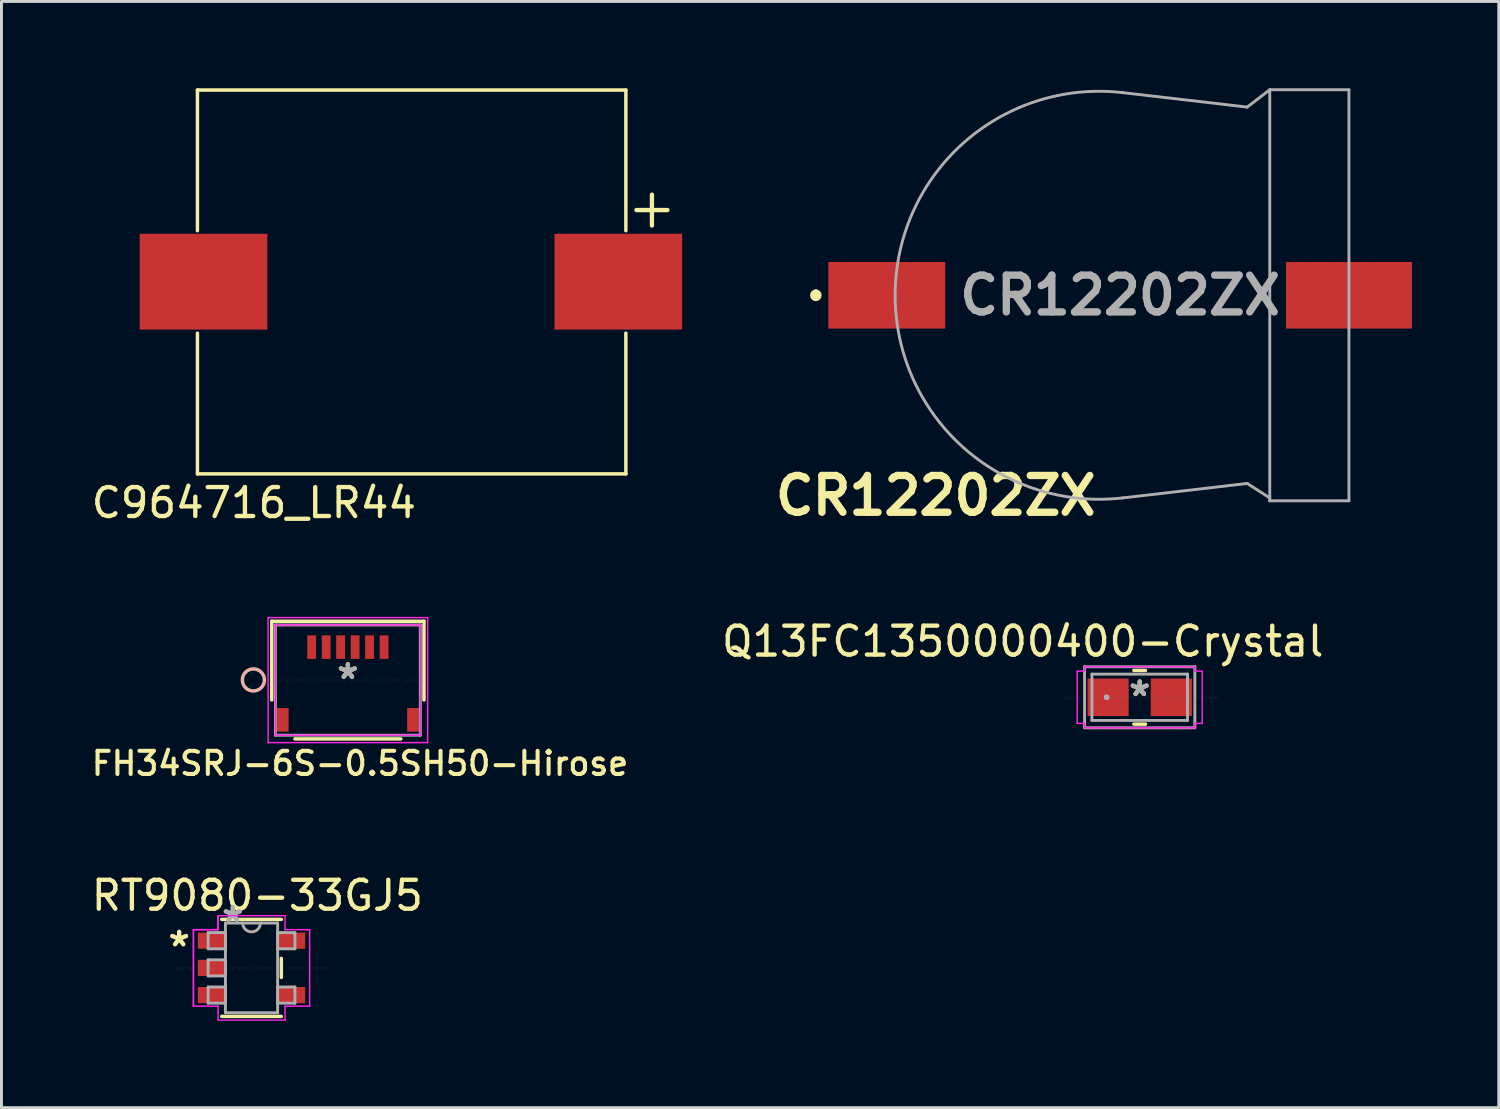
<source format=kicad_pcb>
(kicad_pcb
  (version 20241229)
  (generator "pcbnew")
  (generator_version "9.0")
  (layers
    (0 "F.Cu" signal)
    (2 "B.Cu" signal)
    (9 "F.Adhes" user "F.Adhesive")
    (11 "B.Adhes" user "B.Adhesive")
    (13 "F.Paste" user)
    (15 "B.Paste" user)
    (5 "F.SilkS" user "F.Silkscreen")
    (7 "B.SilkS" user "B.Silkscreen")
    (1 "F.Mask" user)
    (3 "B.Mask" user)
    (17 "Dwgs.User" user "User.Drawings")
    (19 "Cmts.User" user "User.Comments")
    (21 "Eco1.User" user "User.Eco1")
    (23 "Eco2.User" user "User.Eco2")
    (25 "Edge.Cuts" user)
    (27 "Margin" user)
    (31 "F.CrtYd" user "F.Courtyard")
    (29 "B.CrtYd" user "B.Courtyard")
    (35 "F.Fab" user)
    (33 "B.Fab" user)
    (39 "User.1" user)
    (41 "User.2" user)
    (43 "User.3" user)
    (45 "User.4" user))
  (footprint "C964716_LR44"
    (layer "F.Cu")
    (at 11.17 6.6)
    (property "Reference" "C964716_LR44" (at -5.45 7.72 0) (unlocked yes) (layer "F.SilkS") (effects (font (size 1 1) (thickness 0.15))))
    (attr smd)
    (fp_line (start -7.4 -6.54) (end -7.4 -1.68) (stroke (width 0.12) (type solid)) (layer "F.SilkS"))
    (fp_line (start -7.4 -6.54) (end 7.4 -6.54) (stroke (width 0.12) (type solid)) (layer "F.SilkS"))
    (fp_line (start -7.4 6.72) (end -7.4 1.86) (stroke (width 0.12) (type solid)) (layer "F.SilkS"))
    (fp_line (start 7.4 -6.54) (end 7.4 -1.68) (stroke (width 0.12) (type solid)) (layer "F.SilkS"))
    (fp_line (start 7.4 6.72) (end -7.4 6.72) (stroke (width 0.12) (type solid)) (layer "F.SilkS"))
    (fp_line (start 7.4 6.72) (end 7.4 1.86) (stroke (width 0.12) (type solid)) (layer "F.SilkS"))
    (fp_text user "+" (at 8.3 -2.5 0) (unlocked yes) (layer "F.SilkS") (effects (font (size 1.4 1.4) (thickness 0.15))))
    (pad "1" smd rect (at -7.19 0.08) (size 4.41 3.31) (layers "F.Cu" "F.Mask" "F.Paste"))
    (pad "2" smd rect (at 7.14 0.08) (size 4.41 3.31) (layers "F.Cu" "F.Mask" "F.Paste")))
  (footprint "Q13FC1350000400-Crystal"
    (layer "F.Cu")
    (at 36.32 21.037)
    (property "Reference" "Q13FC1350000400-Crystal" (at -4.04 -1.93 0) (layer "F.SilkS") (effects (font (size 1 1) (thickness 0.15))))
    (attr through_hole)
    (fp_line (start -0.2 0.927) (end 0.2 0.927) (stroke (width 0.12) (type solid)) (layer "F.SilkS"))
    (fp_line (start 0.2 -0.927) (end -0.2 -0.927) (stroke (width 0.12) (type solid)) (layer "F.SilkS"))
    (fp_line (start -2.159 -0.902) (end -1.905 -0.902) (stroke (width 0.05) (type solid)) (layer "F.CrtYd"))
    (fp_line (start -2.159 0.902) (end -2.159 -0.902) (stroke (width 0.05) (type solid)) (layer "F.CrtYd"))
    (fp_line (start -1.905 -1.054) (end 1.905 -1.054) (stroke (width 0.05) (type solid)) (layer "F.CrtYd"))
    (fp_line (start -1.905 -0.902) (end -1.905 -1.054) (stroke (width 0.05) (type solid)) (layer "F.CrtYd"))
    (fp_line (start -1.905 0.902) (end -2.159 0.902) (stroke (width 0.05) (type solid)) (layer "F.CrtYd"))
    (fp_line (start -1.905 1.054) (end -1.905 0.902) (stroke (width 0.05) (type solid)) (layer "F.CrtYd"))
    (fp_line (start 1.905 -1.054) (end 1.905 -0.902) (stroke (width 0.05) (type solid)) (layer "F.CrtYd"))
    (fp_line (start 1.905 -0.902) (end 2.159 -0.902) (stroke (width 0.05) (type solid)) (layer "F.CrtYd"))
    (fp_line (start 1.905 0.902) (end 1.905 1.054) (stroke (width 0.05) (type solid)) (layer "F.CrtYd"))
    (fp_line (start 1.905 1.054) (end -1.905 1.054) (stroke (width 0.05) (type solid)) (layer "F.CrtYd"))
    (fp_line (start 2.159 -0.902) (end 2.159 0.902) (stroke (width 0.05) (type solid)) (layer "F.CrtYd"))
    (fp_line (start 2.159 0.902) (end 1.905 0.902) (stroke (width 0.05) (type solid)) (layer "F.CrtYd"))
    (fp_line (start -1.905 -1.054) (end 1.905 -1.054) (stroke (width 0.1) (type solid)) (layer "F.Fab"))
    (fp_line (start -1.905 1.054) (end -1.905 -1.054) (stroke (width 0.1) (type solid)) (layer "F.Fab"))
    (fp_line (start -1.651 -0.8) (end -1.651 0.8) (stroke (width 0.1) (type solid)) (layer "F.Fab"))
    (fp_line (start -1.651 0.8) (end 1.651 0.8) (stroke (width 0.1) (type solid)) (layer "F.Fab"))
    (fp_line (start 1.651 -0.8) (end -1.651 -0.8) (stroke (width 0.1) (type solid)) (layer "F.Fab"))
    (fp_line (start 1.651 0.8) (end 1.651 -0.8) (stroke (width 0.1) (type solid)) (layer "F.Fab"))
    (fp_line (start 1.905 -1.054) (end 1.905 1.054) (stroke (width 0.1) (type solid)) (layer "F.Fab"))
    (fp_line (start 1.905 1.054) (end -1.905 1.054) (stroke (width 0.1) (type solid)) (layer "F.Fab"))
    (fp_circle (center -1.143 0) (end -1.143 0) (stroke (width 0.1) (type solid)) (fill no) (layer "F.Fab"))
    (fp_text user "*" (at 0 0 0) (layer "F.SilkS") (effects (font (size 1 1) (thickness 0.15))))
    (fp_text user "Copyright 2021 Accelerated Designs. All rights reserved." (at 0 0 0) (layer "Cmts.User") (effects (font (size 0.127 0.127) (thickness 0.002))))
    (fp_text user "*" (at 0 0 0) (layer "F.Fab") (effects (font (size 1 1) (thickness 0.15))))
    (pad "1" smd rect (at -1.092 0 90) (size 1.295 1.422) (layers "F.Cu" "F.Mask" "F.Paste"))
    (pad "2" smd rect (at 1.092 0 90) (size 1.295 1.422) (layers "F.Cu" "F.Mask" "F.Paste")))
  (footprint "RT9080-33GJ5"
    (layer "F.Cu")
    (at 5.639 30.385)
    (property "Reference" "RT9080-33GJ5" (at 0.2 -2.5 0) (layer "F.SilkS") (effects (font (size 1 1) (thickness 0.15))))
    (attr through_hole)
    (fp_line (start -1.029 1.676) (end 1.029 1.676) (stroke (width 0.12) (type solid)) (layer "F.SilkS"))
    (fp_line (start 1.029 -1.676) (end -1.029 -1.676) (stroke (width 0.12) (type solid)) (layer "F.SilkS"))
    (fp_line (start 1.029 0.328) (end 1.029 -0.328) (stroke (width 0.12) (type solid)) (layer "F.SilkS"))
    (fp_line (start -2.007 -1.321) (end -1.156 -1.321) (stroke (width 0.05) (type solid)) (layer "F.CrtYd"))
    (fp_line (start -2.007 -1.321) (end -1.156 -1.321) (stroke (width 0.05) (type solid)) (layer "F.CrtYd"))
    (fp_line (start -2.007 1.321) (end -2.007 -1.321) (stroke (width 0.05) (type solid)) (layer "F.CrtYd"))
    (fp_line (start -2.007 1.321) (end -2.007 -1.321) (stroke (width 0.05) (type solid)) (layer "F.CrtYd"))
    (fp_line (start -1.156 -1.803) (end 1.156 -1.803) (stroke (width 0.05) (type solid)) (layer "F.CrtYd"))
    (fp_line (start -1.156 -1.321) (end -1.156 -1.803) (stroke (width 0.05) (type solid)) (layer "F.CrtYd"))
    (fp_line (start -1.156 -1.321) (end -1.156 -1.803) (stroke (width 0.05) (type solid)) (layer "F.CrtYd"))
    (fp_line (start -1.156 1.321) (end -2.007 1.321) (stroke (width 0.05) (type solid)) (layer "F.CrtYd"))
    (fp_line (start -1.156 1.803) (end -1.156 1.321) (stroke (width 0.05) (type solid)) (layer "F.CrtYd"))
    (fp_line (start 1.156 -1.803) (end 1.156 -1.321) (stroke (width 0.05) (type solid)) (layer "F.CrtYd"))
    (fp_line (start 1.156 -1.321) (end 2.007 -1.321) (stroke (width 0.05) (type solid)) (layer "F.CrtYd"))
    (fp_line (start 1.156 1.321) (end 1.156 1.803) (stroke (width 0.05) (type solid)) (layer "F.CrtYd"))
    (fp_line (start 1.156 1.803) (end -1.156 1.803) (stroke (width 0.05) (type solid)) (layer "F.CrtYd"))
    (fp_line (start 2.007 -1.321) (end 2.007 1.321) (stroke (width 0.05) (type solid)) (layer "F.CrtYd"))
    (fp_line (start 2.007 1.321) (end 1.156 1.321) (stroke (width 0.05) (type solid)) (layer "F.CrtYd"))
    (fp_line (start -1.499 -1.219) (end -1.499 -0.66) (stroke (width 0.1) (type solid)) (layer "F.Fab"))
    (fp_line (start -1.499 -0.66) (end -0.902 -0.66) (stroke (width 0.1) (type solid)) (layer "F.Fab"))
    (fp_line (start -1.499 -0.279) (end -1.499 0.279) (stroke (width 0.1) (type solid)) (layer "F.Fab"))
    (fp_line (start -1.499 0.279) (end -0.902 0.279) (stroke (width 0.1) (type solid)) (layer "F.Fab"))
    (fp_line (start -1.499 0.66) (end -1.499 1.219) (stroke (width 0.1) (type solid)) (layer "F.Fab"))
    (fp_line (start -1.499 1.219) (end -0.902 1.219) (stroke (width 0.1) (type solid)) (layer "F.Fab"))
    (fp_line (start -0.902 -1.549) (end -0.902 1.549) (stroke (width 0.1) (type solid)) (layer "F.Fab"))
    (fp_line (start -0.902 -1.219) (end -1.499 -1.219) (stroke (width 0.1) (type solid)) (layer "F.Fab"))
    (fp_line (start -0.902 -0.66) (end -0.902 -1.219) (stroke (width 0.1) (type solid)) (layer "F.Fab"))
    (fp_line (start -0.902 -0.279) (end -1.499 -0.279) (stroke (width 0.1) (type solid)) (layer "F.Fab"))
    (fp_line (start -0.902 0.279) (end -0.902 -0.279) (stroke (width 0.1) (type solid)) (layer "F.Fab"))
    (fp_line (start -0.902 0.66) (end -1.499 0.66) (stroke (width 0.1) (type solid)) (layer "F.Fab"))
    (fp_line (start -0.902 1.219) (end -0.902 0.66) (stroke (width 0.1) (type solid)) (layer "F.Fab"))
    (fp_line (start -0.902 1.549) (end 0.902 1.549) (stroke (width 0.1) (type solid)) (layer "F.Fab"))
    (fp_line (start 0.902 -1.549) (end -0.902 -1.549) (stroke (width 0.1) (type solid)) (layer "F.Fab"))
    (fp_line (start 0.902 -1.219) (end 0.902 -0.66) (stroke (width 0.1) (type solid)) (layer "F.Fab"))
    (fp_line (start 0.902 -0.66) (end 1.499 -0.66) (stroke (width 0.1) (type solid)) (layer "F.Fab"))
    (fp_line (start 0.902 0.66) (end 0.902 1.219) (stroke (width 0.1) (type solid)) (layer "F.Fab"))
    (fp_line (start 0.902 1.219) (end 1.499 1.219) (stroke (width 0.1) (type solid)) (layer "F.Fab"))
    (fp_line (start 0.902 1.549) (end 0.902 -1.549) (stroke (width 0.1) (type solid)) (layer "F.Fab"))
    (fp_line (start 1.499 -1.219) (end 0.902 -1.219) (stroke (width 0.1) (type solid)) (layer "F.Fab"))
    (fp_line (start 1.499 -0.66) (end 1.499 -1.219) (stroke (width 0.1) (type solid)) (layer "F.Fab"))
    (fp_line (start 1.499 0.66) (end 0.902 0.66) (stroke (width 0.1) (type solid)) (layer "F.Fab"))
    (fp_line (start 1.499 1.219) (end 1.499 0.66) (stroke (width 0.1) (type solid)) (layer "F.Fab"))
    (fp_arc (start 0.3048 -1.5494) (mid 0 -1.2446) (end -0.3048 -1.5494) (stroke (width 0.1) (type solid)) (layer "F.Fab"))
    (fp_text user "*" (at -2.5 -0.7 0) (layer "F.SilkS") (effects (font (size 1 1) (thickness 0.15))))
    (fp_text user "Copyright 2021 Accelerated Designs. All rights reserved." (at 0 0 0) (layer "Cmts.User") (effects (font (size 0.127 0.127) (thickness 0.002))))
    (fp_text user "*" (at -0.648 -1.549 0) (layer "F.Fab") (effects (font (size 1 1) (thickness 0.15))))
    (fp_text user "*" (at -0.648 -1.549 0) (layer "F.Fab") (effects (font (size 1 1) (thickness 0.15))))
    (pad "1" smd rect (at -1.378 -0.94) (size 0.953 0.559) (layers "F.Cu" "F.Mask" "F.Paste"))
    (pad "2" smd rect (at -1.378 0) (size 0.953 0.559) (layers "F.Cu" "F.Mask" "F.Paste"))
    (pad "3" smd rect (at -1.378 0.94) (size 0.953 0.559) (layers "F.Cu" "F.Mask" "F.Paste"))
    (pad "4" smd rect (at 1.378 0.94) (size 0.953 0.559) (layers "F.Cu" "F.Mask" "F.Paste"))
    (pad "5" smd rect (at 1.378 -0.94) (size 0.953 0.559) (layers "F.Cu" "F.Mask" "F.Paste")))
  (footprint "CR12202ZX"
    (layer "F.Cu")
    (at 35.733 7.15)
    (property "Reference" "CR12202ZX" (at -6.46 6.92 0) (layer "F.SilkS") (effects (font (size 1.27 1.27) (thickness 0.254))))
    (attr through_hole)
    (fp_line (start -10.6 -0.1) (end -10.6 -0.1) (stroke (width 0.2) (type solid)) (layer "F.SilkS"))
    (fp_line (start -10.6 0.1) (end -10.6 0.1) (stroke (width 0.2) (type solid)) (layer "F.SilkS"))
    (fp_arc (start -10.6 -0.1) (mid -10.5 0) (end -10.6 0.1) (stroke (width 0.2) (type solid)) (layer "F.SilkS"))
    (fp_arc (start -10.6 0.1) (mid -10.7 0) (end -10.6 -0.1) (stroke (width 0.2) (type solid)) (layer "F.SilkS"))
    (fp_line (start 0 -7) (end 0 -7) (stroke (width 0.1) (type solid)) (layer "F.Fab"))
    (fp_line (start 0 7) (end 4.3 6.5) (stroke (width 0.1) (type solid)) (layer "F.Fab"))
    (fp_line (start 4.3 -6.5) (end 0 -7) (stroke (width 0.1) (type solid)) (layer "F.Fab"))
    (fp_line (start 4.3 -6.5) (end 5.08 -7.1) (stroke (width 0.1) (type solid)) (layer "F.Fab"))
    (fp_line (start 4.3 6.5) (end 5.08 7) (stroke (width 0.1) (type solid)) (layer "F.Fab"))
    (fp_line (start 5.08 -7.1) (end 7.815 -7.1) (stroke (width 0.1) (type solid)) (layer "F.Fab"))
    (fp_line (start 5.08 7.1) (end 5.08 -7.1) (stroke (width 0.1) (type solid)) (layer "F.Fab"))
    (fp_line (start 7.815 -7.1) (end 7.815 7.1) (stroke (width 0.1) (type solid)) (layer "F.Fab"))
    (fp_line (start 7.815 7.1) (end 5.08 7.1) (stroke (width 0.1) (type solid)) (layer "F.Fab"))
    (fp_arc (start 0.004181 6.999513) (mid -7.861169 0.002105) (end 0 -7) (stroke (width 0.1) (type solid)) (layer "F.Fab"))
    (fp_text user "${REFERENCE}" (at -0.09 0 0) (layer "F.Fab") (effects (font (size 1.27 1.27) (thickness 0.254))))
    (pad "1" smd rect (at 7.815 0 90) (size 2.3 4.35) (layers "F.Cu" "F.Mask" "F.Paste"))
    (pad "2" smd rect (at -8.15 0 90) (size 2.3 4.04) (layers "F.Cu" "F.Mask" "F.Paste")))
  (footprint "FH34SRJ-6S-0.5SH50-Hirose"
    (layer "F.Cu")
    (at 8.967 20.443)
    (property "Reference" "FH34SRJ-6S-0.5SH50-Hirose" (at 0.42 2.88 0) (layer "F.SilkS") (effects (font (size 0.8 0.8) (thickness 0.14))))
    (attr through_hole)
    (fp_line (start -2.629 -2.032) (end 2.629 -2.032) (stroke (width 0.12) (type solid)) (layer "F.SilkS"))
    (fp_line (start -2.629 0.685) (end -2.629 -2.032) (stroke (width 0.12) (type solid)) (layer "F.SilkS"))
    (fp_line (start 1.829 2.032) (end -1.829 2.032) (stroke (width 0.12) (type solid)) (layer "F.SilkS"))
    (fp_line (start 2.629 -2.032) (end 2.629 0.685) (stroke (width 0.12) (type solid)) (layer "F.SilkS"))
    (fp_circle (center -3.264 -0.005) (end -2.883 -0.005) (stroke (width 0.12) (type solid)) (fill no) (layer "B.SilkS"))
    (fp_line (start -2.756 -2.159) (end -2.756 2.159) (stroke (width 0.05) (type solid)) (layer "F.CrtYd"))
    (fp_line (start -2.756 2.159) (end 2.756 2.159) (stroke (width 0.05) (type solid)) (layer "F.CrtYd"))
    (fp_line (start -2.502 -1.905) (end -2.502 1.905) (stroke (width 0.05) (type solid)) (layer "F.CrtYd"))
    (fp_line (start -2.502 1.905) (end 2.502 1.905) (stroke (width 0.05) (type solid)) (layer "F.CrtYd"))
    (fp_line (start 2.502 -1.905) (end -2.502 -1.905) (stroke (width 0.05) (type solid)) (layer "F.CrtYd"))
    (fp_line (start 2.502 1.905) (end 2.502 -1.905) (stroke (width 0.05) (type solid)) (layer "F.CrtYd"))
    (fp_line (start 2.756 -2.159) (end -2.756 -2.159) (stroke (width 0.05) (type solid)) (layer "F.CrtYd"))
    (fp_line (start 2.756 2.159) (end 2.756 -2.159) (stroke (width 0.05) (type solid)) (layer "F.CrtYd"))
    (fp_line (start -2.502 -1.905) (end -2.502 1.905) (stroke (width 0.1) (type solid)) (layer "F.Fab"))
    (fp_line (start -2.502 1.905) (end 2.502 1.905) (stroke (width 0.1) (type solid)) (layer "F.Fab"))
    (fp_line (start 2.502 -1.905) (end -2.502 -1.905) (stroke (width 0.1) (type solid)) (layer "F.Fab"))
    (fp_line (start 2.502 1.905) (end 2.502 -1.905) (stroke (width 0.1) (type solid)) (layer "F.Fab"))
    (fp_text user "*" (at 0 0 0) (layer "F.SilkS") (effects (font (size 1 1) (thickness 0.15))))
    (fp_text user "Copyright 2021 Accelerated Designs. All rights reserved." (at 0 0 0) (layer "Cmts.User") (effects (font (size 0.127 0.127) (thickness 0.002))))
    (fp_text user "*" (at 0 0 0) (layer "F.Fab") (effects (font (size 1 1) (thickness 0.15))))
    (pad "1" smd rect (at 1.25 -1.139) (size 0.305 0.813) (layers "F.Cu" "F.Mask" "F.Paste"))
    (pad "2" smd rect (at 0.75 -1.139) (size 0.305 0.813) (layers "F.Cu" "F.Mask" "F.Paste"))
    (pad "3" smd rect (at 0.25 -1.139) (size 0.305 0.813) (layers "F.Cu" "F.Mask" "F.Paste"))
    (pad "4" smd rect (at -0.25 -1.139) (size 0.305 0.813) (layers "F.Cu" "F.Mask" "F.Paste"))
    (pad "5" smd rect (at -0.75 -1.139) (size 0.305 0.813) (layers "F.Cu" "F.Mask" "F.Paste"))
    (pad "6" smd rect (at -1.25 -1.139) (size 0.305 0.813) (layers "F.Cu" "F.Mask" "F.Paste"))
    (pad "7" smd rect (at -2.25 1.374) (size 0.406 0.813) (layers "F.Cu" "F.Mask" "F.Paste"))
    (pad "8" smd rect (at 2.25 1.374) (size 0.406 0.813) (layers "F.Cu" "F.Mask" "F.Paste")))
  (gr_rect
    (start -3 -3)
    (end 48.723 35.213)
    (stroke (width 0.1) (type default))
    (fill no)
    (layer "Edge.Cuts")))
</source>
